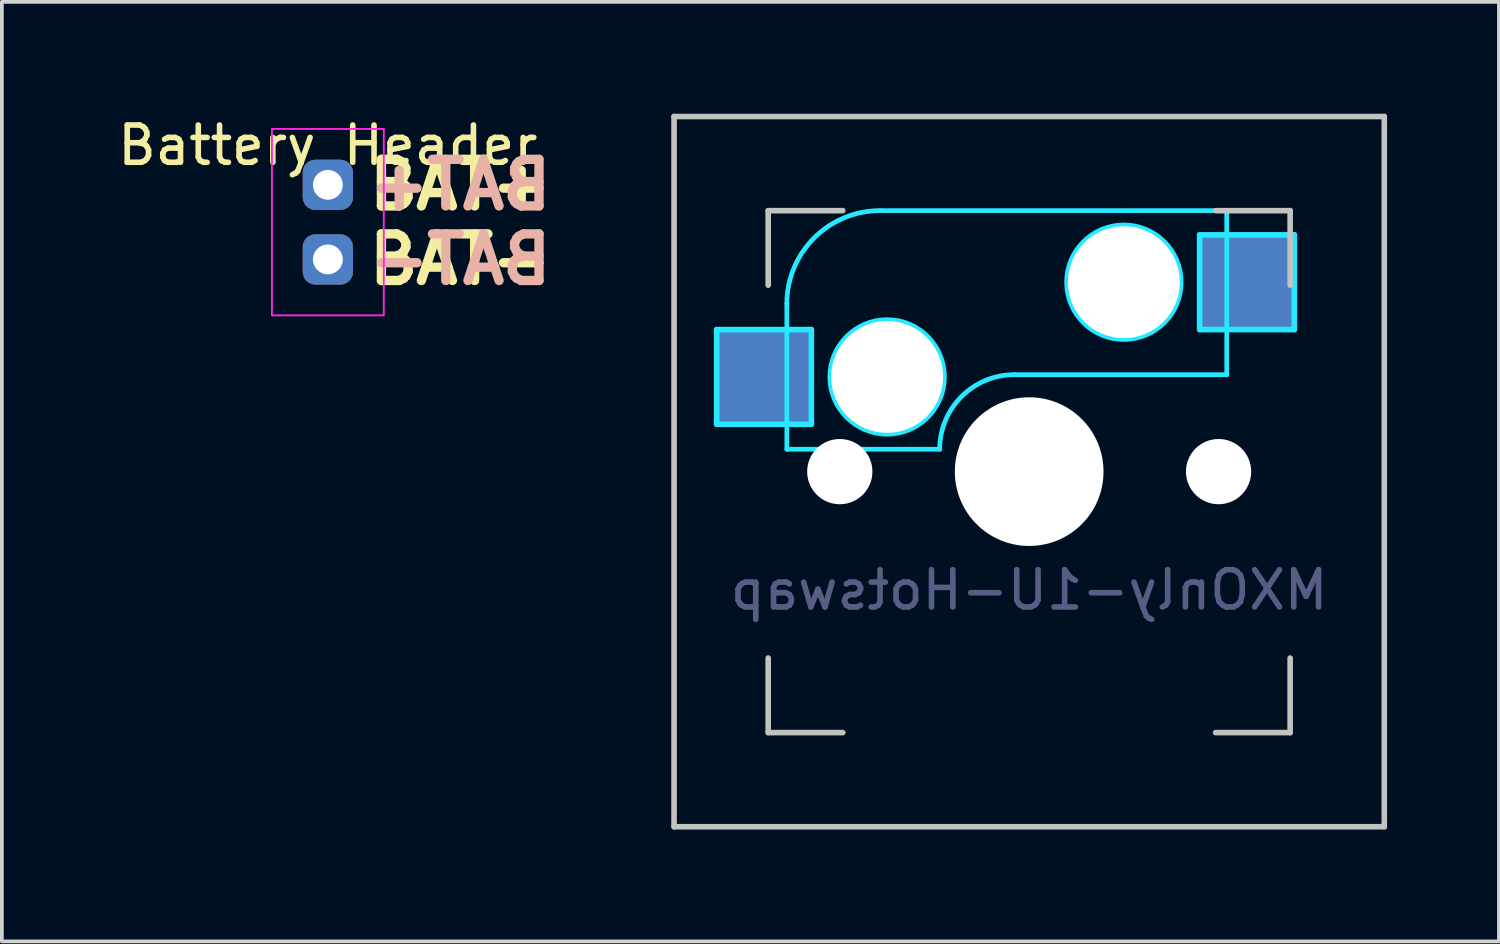
<source format=kicad_pcb>
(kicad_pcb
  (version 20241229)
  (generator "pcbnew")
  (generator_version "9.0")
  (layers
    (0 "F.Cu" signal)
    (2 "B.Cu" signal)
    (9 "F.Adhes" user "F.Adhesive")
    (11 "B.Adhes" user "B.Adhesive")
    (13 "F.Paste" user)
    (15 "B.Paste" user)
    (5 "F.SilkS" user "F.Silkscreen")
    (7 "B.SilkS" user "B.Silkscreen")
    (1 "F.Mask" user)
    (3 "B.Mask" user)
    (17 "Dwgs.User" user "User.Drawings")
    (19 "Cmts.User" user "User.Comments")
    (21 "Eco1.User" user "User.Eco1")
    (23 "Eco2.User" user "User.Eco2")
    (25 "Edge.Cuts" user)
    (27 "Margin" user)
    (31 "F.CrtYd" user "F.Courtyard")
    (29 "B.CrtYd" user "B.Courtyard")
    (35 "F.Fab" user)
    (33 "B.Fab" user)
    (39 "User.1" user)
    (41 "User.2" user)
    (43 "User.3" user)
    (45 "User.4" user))
  (footprint "Battery Header"
    (layer "F.Cu")
    (at 5.744 2.908)
    (property "Reference" "Battery Header" (at 0 -2.06 0) (layer "F.SilkS") (effects (font (size 1 1) (thickness 0.15))))
    (attr through_hole)
    (fp_line (start -1.5 -2.5) (end -1.5 2.5) (stroke (width 0.05) (type solid)) (layer "F.CrtYd"))
    (fp_line (start -1.5 2.5) (end 1.5 2.5) (stroke (width 0.05) (type solid)) (layer "F.CrtYd"))
    (fp_line (start 1.5 -2.5) (end -1.5 -2.5) (stroke (width 0.05) (type solid)) (layer "F.CrtYd"))
    (fp_line (start 1.5 2.5) (end 1.5 -2.5) (stroke (width 0.05) (type solid)) (layer "F.CrtYd"))
    (fp_text user "BAT+" (at 3.55 -1 0) (unlocked yes) (layer "F.SilkS") (effects (font (size 1.25 1.25) (thickness 0.25))))
    (fp_text user "BAT-" (at 3.55 1 0) (unlocked yes) (layer "F.SilkS") (effects (font (size 1.25 1.25) (thickness 0.25))))
    (fp_text user "BAT+" (at 3.55 -1 0) (unlocked yes) (layer "B.SilkS") (effects (font (size 1.25 1.25) (thickness 0.25)) (justify mirror)))
    (fp_text user "BAT-" (at 3.55 1 0) (unlocked yes) (layer "B.SilkS") (effects (font (size 1.25 1.25) (thickness 0.25)) (justify mirror)))
    (pad "1" thru_hole roundrect (at 0 -1) (size 1.35 1.35) (drill 0.8) (layers "*.Cu" "*.Mask") (roundrect_rratio 0.25))
    (pad "2" thru_hole roundrect (at 0 1) (size 1.35 1.35) (drill 0.8) (layers "*.Cu" "*.Mask") (roundrect_rratio 0.25)))
  (footprint "MXOnly-1U-Hotswap"
    (layer "F.Cu")
    (at 24.555 9.6)
    (property "Reference" "MXOnly-1U-Hotswap" (at 0 3.175 0) (layer "B.Fab") (effects (font (size 1 1) (thickness 0.15)) (justify mirror)))
    (attr smd)
    (fp_line (start -9.525 -9.525) (end 9.525 -9.525) (stroke (width 0.15) (type solid)) (layer "Dwgs.User"))
    (fp_line (start -9.525 9.525) (end -9.525 -9.525) (stroke (width 0.15) (type solid)) (layer "Dwgs.User"))
    (fp_line (start -7 -7) (end -7 -5) (stroke (width 0.15) (type solid)) (layer "Dwgs.User"))
    (fp_line (start -7 5) (end -7 7) (stroke (width 0.15) (type solid)) (layer "Dwgs.User"))
    (fp_line (start -7 7) (end -5 7) (stroke (width 0.15) (type solid)) (layer "Dwgs.User"))
    (fp_line (start -5 -7) (end -7 -7) (stroke (width 0.15) (type solid)) (layer "Dwgs.User"))
    (fp_line (start 5 -7) (end 7 -7) (stroke (width 0.15) (type solid)) (layer "Dwgs.User"))
    (fp_line (start 5 7) (end 7 7) (stroke (width 0.15) (type solid)) (layer "Dwgs.User"))
    (fp_line (start 7 -7) (end 7 -5) (stroke (width 0.15) (type solid)) (layer "Dwgs.User"))
    (fp_line (start 7 7) (end 7 5) (stroke (width 0.15) (type solid)) (layer "Dwgs.User"))
    (fp_line (start 9.525 -9.525) (end 9.525 9.525) (stroke (width 0.15) (type solid)) (layer "Dwgs.User"))
    (fp_line (start 9.525 9.525) (end -9.525 9.525) (stroke (width 0.15) (type solid)) (layer "Dwgs.User"))
    (fp_line (start -8.382 -3.81) (end -8.382 -1.27) (stroke (width 0.15) (type solid)) (layer "B.CrtYd"))
    (fp_line (start -8.382 -1.27) (end -5.842 -1.27) (stroke (width 0.15) (type solid)) (layer "B.CrtYd"))
    (fp_line (start -6.5 -4.5) (end -6.5 -0.6) (stroke (width 0.127) (type solid)) (layer "B.CrtYd"))
    (fp_line (start -6.5 -0.6) (end -2.4 -0.6) (stroke (width 0.127) (type solid)) (layer "B.CrtYd"))
    (fp_line (start -5.842 -3.81) (end -8.382 -3.81) (stroke (width 0.15) (type solid)) (layer "B.CrtYd"))
    (fp_line (start -5.842 -1.27) (end -5.842 -3.81) (stroke (width 0.15) (type solid)) (layer "B.CrtYd"))
    (fp_line (start -0.4 -2.6) (end 5.3 -2.6) (stroke (width 0.127) (type solid)) (layer "B.CrtYd"))
    (fp_line (start 4.572 -6.35) (end 7.112 -6.35) (stroke (width 0.15) (type solid)) (layer "B.CrtYd"))
    (fp_line (start 4.572 -3.81) (end 4.572 -6.35) (stroke (width 0.15) (type solid)) (layer "B.CrtYd"))
    (fp_line (start 5.3 -7) (end -4 -7) (stroke (width 0.127) (type solid)) (layer "B.CrtYd"))
    (fp_line (start 5.3 -7) (end 5.3 -2.6) (stroke (width 0.127) (type solid)) (layer "B.CrtYd"))
    (fp_line (start 7.112 -6.35) (end 7.112 -3.81) (stroke (width 0.15) (type solid)) (layer "B.CrtYd"))
    (fp_line (start 7.112 -3.81) (end 4.572 -3.81) (stroke (width 0.15) (type solid)) (layer "B.CrtYd"))
    (fp_arc (start -6.5 -4.5) (mid -5.767767 -6.267767) (end -4 -7) (stroke (width 0.127) (type solid)) (layer "B.CrtYd"))
    (fp_arc (start -2.4 -0.6) (mid -1.814214 -2.014214) (end -0.4 -2.6) (stroke (width 0.127) (type solid)) (layer "B.CrtYd"))
    (fp_circle (center -3.81 -2.54) (end -3.81 -4.064) (stroke (width 0.15) (type solid)) (fill no) (layer "B.CrtYd"))
    (fp_circle (center 2.54 -5.08) (end 2.54 -6.604) (stroke (width 0.15) (type solid)) (fill no) (layer "B.CrtYd"))
    (pad "" np_thru_hole circle (at -5.08 0 48.1) (size 1.75 1.75) (drill 1.75) (layers "*.Cu" "*.Mask"))
    (pad "" np_thru_hole circle (at -3.81 -2.54) (size 3 3) (drill 3) (layers "*.Cu" "*.Mask"))
    (pad "" np_thru_hole circle (at 0 0) (size 3.988 3.988) (drill 3.988) (layers "*.Cu" "*.Mask"))
    (pad "" np_thru_hole circle (at 2.54 -5.08) (size 3 3) (drill 3) (layers "*.Cu" "*.Mask"))
    (pad "" np_thru_hole circle (at 5.08 0 48.1) (size 1.75 1.75) (drill 1.75) (layers "*.Cu" "*.Mask"))
    (pad "1" smd rect (at -7.085 -2.54) (size 2.55 2.5) (layers "B.Cu" "B.Mask" "B.Paste"))
    (pad "2" smd rect (at 5.842 -5.08) (size 2.55 2.5) (layers "B.Cu" "B.Mask" "B.Paste")))
  (gr_rect
    (start -3 -3)
    (end 37.155 22.2)
    (stroke (width 0.1) (type default))
    (fill no)
    (layer "Edge.Cuts")))
</source>
